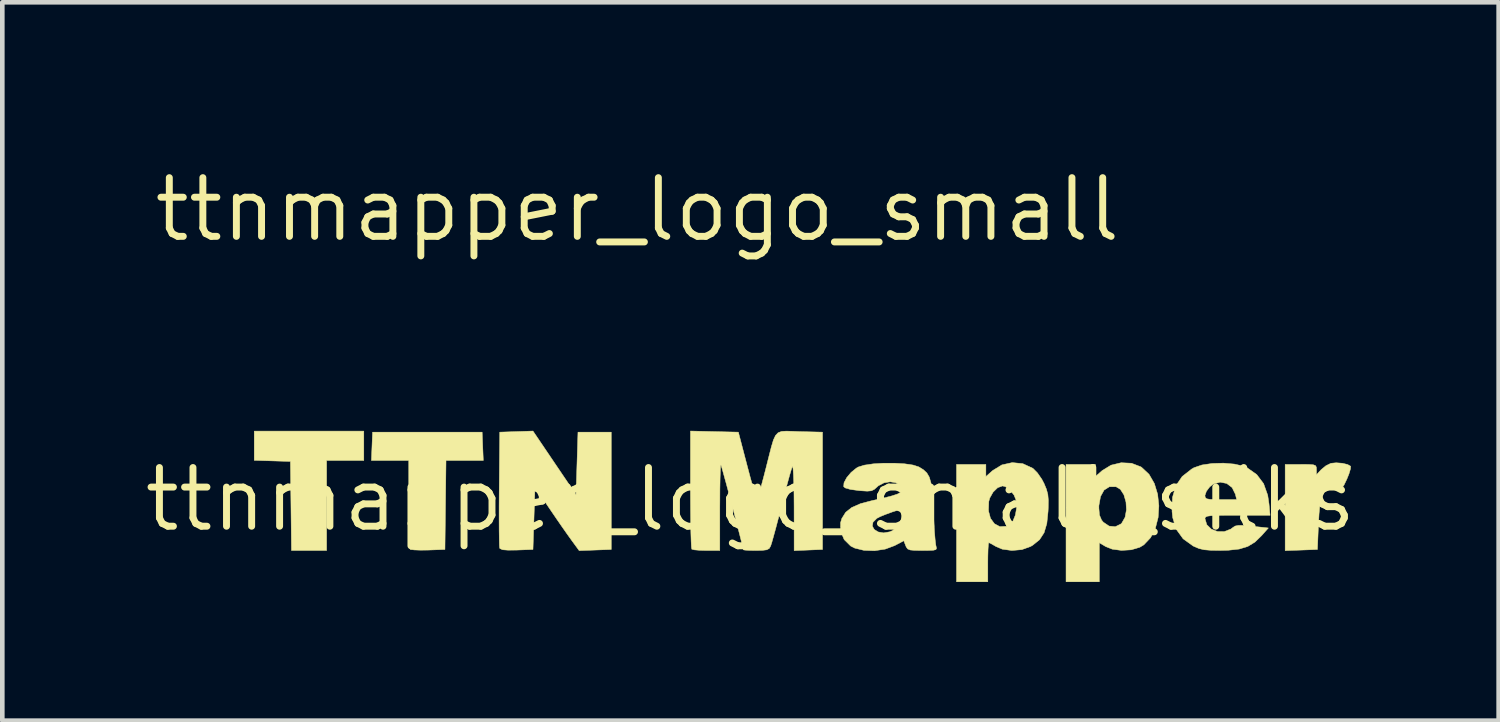
<source format=kicad_pcb>
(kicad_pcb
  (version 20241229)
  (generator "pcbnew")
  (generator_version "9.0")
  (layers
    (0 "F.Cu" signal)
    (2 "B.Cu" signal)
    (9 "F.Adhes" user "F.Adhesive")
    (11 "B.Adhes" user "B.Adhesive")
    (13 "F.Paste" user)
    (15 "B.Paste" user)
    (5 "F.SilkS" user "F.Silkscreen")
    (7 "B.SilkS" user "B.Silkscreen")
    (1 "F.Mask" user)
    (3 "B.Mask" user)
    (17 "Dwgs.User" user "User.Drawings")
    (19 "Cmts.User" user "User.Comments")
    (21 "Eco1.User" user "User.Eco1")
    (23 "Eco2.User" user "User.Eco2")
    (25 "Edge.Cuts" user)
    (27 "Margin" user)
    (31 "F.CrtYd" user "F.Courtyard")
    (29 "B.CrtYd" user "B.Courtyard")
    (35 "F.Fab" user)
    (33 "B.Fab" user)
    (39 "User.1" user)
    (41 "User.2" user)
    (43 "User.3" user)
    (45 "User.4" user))
  (footprint "ttnmapper_logo_small_silks"
    (layer "F.Cu")
    (at 13.191 7.758)
    (property "Reference" "ttnmapper_logo_small_silks" (at 0 0 0) (layer "F.SilkS") (effects (font (size 1.27 1.27) (thickness 0.15))))
    (attr through_hole)
    (fp_poly (pts (xy -8.368 -0.843) (xy -9.173 -0.843) (xy -9.173 1.105) (xy -9.933 1.105) (xy -9.944 0.142) (xy -9.956 -0.822) (xy -10.347 -0.834) (xy -10.739 -0.846) (xy -10.739 -1.478) (xy -8.368 -1.478) (xy -8.368 -0.843)) (stroke (width 0.01) (type solid)) (fill yes) (layer "F.SilkS"))
    (fp_poly (pts (xy -5.795 -1.15) (xy -5.782 -0.843) (xy -6.589 -0.843) (xy -6.612 1.083) (xy -6.973 1.096) (xy -7.141 1.098) (xy -7.275 1.093) (xy -7.354 1.083) (xy -7.365 1.078) (xy -7.374 1.029) (xy -7.381 0.907) (xy -7.387 0.726) (xy -7.392 0.498) (xy -7.394 0.235) (xy -7.395 0.103) (xy -7.395 -0.843) (xy -8.203 -0.843) (xy -8.178 -1.456) (xy -5.807 -1.456) (xy -5.795 -1.15)) (stroke (width 0.01) (type solid)) (fill yes) (layer "F.SilkS"))
    (fp_poly (pts (xy -4.241 -0.791) (xy -3.775 -0.102) (xy -3.754 -0.779) (xy -3.733 -1.456) (xy -3.013 -1.456) (xy -3.013 1.083) (xy -3.707 1.108) (xy -3.871 0.884) (xy -3.96 0.76) (xy -4.08 0.589) (xy -4.216 0.392) (xy -4.35 0.195) (xy -4.664 -0.271) (xy -4.707 1.083) (xy -5.056 1.096) (xy -5.245 1.098) (xy -5.362 1.089) (xy -5.419 1.065) (xy -5.428 1.053) (xy -5.433 0.998) (xy -5.436 0.869) (xy -5.439 0.678) (xy -5.44 0.436) (xy -5.44 0.154) (xy -5.438 -0.157) (xy -5.437 -0.229) (xy -5.426 -1.456) (xy -4.707 -1.48) (xy -4.241 -0.791)) (stroke (width 0.01) (type solid)) (fill yes) (layer "F.SilkS"))
    (fp_poly (pts (xy 12.806 -0.783) (xy 12.921 -0.756) (xy 12.987 -0.719) (xy 12.988 -0.717) (xy 12.984 -0.661) (xy 12.952 -0.554) (xy 12.906 -0.44) (xy 12.843 -0.308) (xy 12.795 -0.241) (xy 12.748 -0.222) (xy 12.712 -0.23) (xy 12.566 -0.24) (xy 12.436 -0.188) (xy 12.367 -0.112) (xy 12.344 -0.031) (xy 12.322 0.118) (xy 12.304 0.316) (xy 12.292 0.533) (xy 12.269 1.083) (xy 11.92 1.096) (xy 11.571 1.108) (xy 11.571 -0.758) (xy 11.909 -0.758) (xy 12.077 -0.757) (xy 12.178 -0.75) (xy 12.228 -0.732) (xy 12.246 -0.697) (xy 12.248 -0.646) (xy 12.248 -0.534) (xy 12.35 -0.644) (xy 12.453 -0.729) (xy 12.559 -0.781) (xy 12.562 -0.782) (xy 12.675 -0.793) (xy 12.806 -0.783)) (stroke (width 0.01) (type solid)) (fill yes) (layer "F.SilkS"))
    (fp_poly (pts (xy 8.246 -0.783) (xy 8.449 -0.705) (xy 8.464 -0.695) (xy 8.624 -0.545) (xy 8.74 -0.345) (xy 8.811 -0.112) (xy 8.838 0.139) (xy 8.822 0.39) (xy 8.762 0.625) (xy 8.659 0.827) (xy 8.514 0.981) (xy 8.425 1.035) (xy 8.24 1.09) (xy 8.029 1.103) (xy 7.828 1.076) (xy 7.687 1.02) (xy 7.549 0.937) (xy 7.549 1.782) (xy 6.829 1.782) (xy 6.829 0.182) (xy 7.539 0.182) (xy 7.552 0.338) (xy 7.598 0.447) (xy 7.636 0.493) (xy 7.761 0.577) (xy 7.895 0.59) (xy 8.016 0.531) (xy 8.035 0.512) (xy 8.107 0.385) (xy 8.136 0.225) (xy 8.126 0.056) (xy 8.081 -0.1) (xy 8.005 -0.218) (xy 7.912 -0.274) (xy 7.767 -0.275) (xy 7.652 -0.202) (xy 7.575 -0.063) (xy 7.54 0.134) (xy 7.539 0.182) (xy 6.829 0.182) (xy 6.829 -0.758) (xy 7.464 -0.758) (xy 7.464 -0.495) (xy 7.612 -0.625) (xy 7.802 -0.741) (xy 8.022 -0.794) (xy 8.246 -0.783)) (stroke (width 0.01) (type solid)) (fill yes) (layer "F.SilkS"))
    (fp_poly (pts (xy 5.893 -0.774) (xy 6.105 -0.676) (xy 6.116 -0.669) (xy 6.21 -0.574) (xy 6.306 -0.435) (xy 6.353 -0.345) (xy 6.405 -0.22) (xy 6.435 -0.108) (xy 6.446 0.019) (xy 6.443 0.193) (xy 6.44 0.258) (xy 6.413 0.521) (xy 6.354 0.72) (xy 6.256 0.871) (xy 6.109 0.99) (xy 6.062 1.018) (xy 5.873 1.086) (xy 5.656 1.105) (xy 5.448 1.076) (xy 5.315 1.02) (xy 5.221 0.965) (xy 5.162 0.937) (xy 5.156 0.935) (xy 5.148 0.975) (xy 5.141 1.081) (xy 5.137 1.236) (xy 5.136 1.359) (xy 5.136 1.782) (xy 4.459 1.782) (xy 4.459 0.245) (xy 5.15 0.245) (xy 5.194 0.409) (xy 5.28 0.527) (xy 5.397 0.589) (xy 5.537 0.581) (xy 5.603 0.554) (xy 5.677 0.474) (xy 5.732 0.339) (xy 5.76 0.18) (xy 5.754 0.031) (xy 5.704 -0.093) (xy 5.616 -0.205) (xy 5.513 -0.278) (xy 5.454 -0.292) (xy 5.35 -0.255) (xy 5.251 -0.159) (xy 5.178 -0.03) (xy 5.157 0.046) (xy 5.15 0.245) (xy 4.459 0.245) (xy 4.459 -0.758) (xy 5.094 -0.758) (xy 5.094 -0.495) (xy 5.241 -0.625) (xy 5.44 -0.747) (xy 5.665 -0.797) (xy 5.893 -0.774)) (stroke (width 0.01) (type solid)) (fill yes) (layer "F.SilkS"))
    (fp_poly (pts (xy 10.471 -0.765) (xy 10.671 -0.719) (xy 10.745 -0.687) (xy 10.956 -0.538) (xy 11.104 -0.342) (xy 11.193 -0.092) (xy 11.221 0.096) (xy 11.244 0.343) (xy 10.539 0.343) (xy 10.279 0.343) (xy 10.092 0.346) (xy 9.966 0.352) (xy 9.889 0.363) (xy 9.85 0.38) (xy 9.837 0.404) (xy 9.836 0.417) (xy 9.875 0.547) (xy 9.972 0.642) (xy 10.105 0.694) (xy 10.253 0.696) (xy 10.394 0.642) (xy 10.438 0.609) (xy 10.488 0.576) (xy 10.561 0.562) (xy 10.676 0.563) (xy 10.854 0.58) (xy 10.859 0.58) (xy 11.207 0.618) (xy 11.061 0.783) (xy 10.917 0.923) (xy 10.762 1.017) (xy 10.576 1.074) (xy 10.338 1.1) (xy 10.17 1.104) (xy 9.965 1.101) (xy 9.819 1.089) (xy 9.707 1.063) (xy 9.605 1.02) (xy 9.577 1.006) (xy 9.363 0.852) (xy 9.217 0.65) (xy 9.138 0.397) (xy 9.123 0.26) (xy 9.133 -0.045) (xy 9.144 -0.083) (xy 9.835 -0.083) (xy 9.842 -0.04) (xy 9.873 -0.014) (xy 9.945 -0.001) (xy 10.076 0.004) (xy 10.178 0.004) (xy 10.522 0.004) (xy 10.494 -0.112) (xy 10.423 -0.257) (xy 10.306 -0.346) (xy 10.164 -0.374) (xy 10.019 -0.334) (xy 9.939 -0.273) (xy 9.867 -0.178) (xy 9.835 -0.087) (xy 9.835 -0.083) (xy 9.144 -0.083) (xy 9.205 -0.294) (xy 9.342 -0.496) (xy 9.547 -0.657) (xy 9.597 -0.686) (xy 9.768 -0.745) (xy 9.99 -0.778) (xy 10.234 -0.785) (xy 10.471 -0.765)) (stroke (width 0.01) (type solid)) (fill yes) (layer "F.SilkS"))
    (fp_poly (pts (xy -0.262 -1.456) (xy -0.071 -0.726) (xy -0.009 -0.492) (xy 0.047 -0.288) (xy 0.094 -0.13) (xy 0.126 -0.028) (xy 0.141 0.004) (xy 0.158 -0.035) (xy 0.191 -0.142) (xy 0.237 -0.304) (xy 0.291 -0.506) (xy 0.326 -0.642) (xy 0.397 -0.924) (xy 0.451 -1.135) (xy 0.496 -1.286) (xy 0.543 -1.386) (xy 0.599 -1.444) (xy 0.674 -1.472) (xy 0.776 -1.478) (xy 0.914 -1.474) (xy 1.061 -1.468) (xy 1.559 -1.456) (xy 1.559 1.083) (xy 0.945 1.108) (xy 0.944 0.165) (xy 0.942 -0.112) (xy 0.937 -0.348) (xy 0.93 -0.534) (xy 0.922 -0.66) (xy 0.912 -0.716) (xy 0.907 -0.716) (xy 0.886 -0.656) (xy 0.848 -0.528) (xy 0.798 -0.346) (xy 0.739 -0.124) (xy 0.676 0.124) (xy 0.674 0.131) (xy 0.61 0.383) (xy 0.55 0.611) (xy 0.498 0.801) (xy 0.459 0.939) (xy 0.436 1.009) (xy 0.436 1.009) (xy 0.406 1.061) (xy 0.353 1.09) (xy 0.258 1.102) (xy 0.12 1.105) (xy -0.02 1.103) (xy -0.119 1.097) (xy -0.156 1.09) (xy -0.166 1.038) (xy -0.194 0.92) (xy -0.237 0.75) (xy -0.29 0.543) (xy -0.35 0.313) (xy -0.413 0.075) (xy -0.475 -0.158) (xy -0.532 -0.37) (xy -0.581 -0.548) (xy -0.617 -0.677) (xy -0.638 -0.743) (xy -0.64 -0.749) (xy -0.647 -0.715) (xy -0.653 -0.609) (xy -0.658 -0.441) (xy -0.662 -0.224) (xy -0.663 0.032) (xy -0.664 0.166) (xy -0.664 1.105) (xy -0.953 1.105) (xy -1.102 1.101) (xy -1.216 1.091) (xy -1.27 1.077) (xy -1.27 1.076) (xy -1.278 1.029) (xy -1.284 0.907) (xy -1.29 0.721) (xy -1.294 0.484) (xy -1.297 0.204) (xy -1.299 -0.107) (xy -1.299 -0.216) (xy -1.299 -1.48) (xy -0.262 -1.456)) (stroke (width 0.01) (type solid)) (fill yes) (layer "F.SilkS"))
    (fp_poly (pts (xy 3.335 -0.771) (xy 3.519 -0.744) (xy 3.643 -0.704) (xy 3.742 -0.643) (xy 3.816 -0.574) (xy 3.869 -0.484) (xy 3.906 -0.358) (xy 3.93 -0.185) (xy 3.948 0.051) (xy 3.957 0.256) (xy 3.969 0.491) (xy 3.982 0.701) (xy 3.996 0.87) (xy 4.009 0.981) (xy 4.015 1.009) (xy 4.026 1.057) (xy 4.012 1.086) (xy 3.955 1.1) (xy 3.841 1.104) (xy 3.722 1.105) (xy 3.557 1.103) (xy 3.457 1.094) (xy 3.401 1.071) (xy 3.371 1.029) (xy 3.358 0.999) (xy 3.318 0.894) (xy 3.12 0.999) (xy 2.916 1.075) (xy 2.685 1.11) (xy 2.456 1.102) (xy 2.256 1.053) (xy 2.168 1.008) (xy 2.028 0.869) (xy 1.953 0.694) (xy 1.95 0.578) (xy 2.637 0.578) (xy 2.679 0.651) (xy 2.765 0.704) (xy 2.881 0.724) (xy 3.014 0.701) (xy 3.075 0.674) (xy 3.206 0.57) (xy 3.266 0.428) (xy 3.272 0.353) (xy 3.27 0.26) (xy 3.264 0.216) (xy 3.263 0.216) (xy 3.188 0.233) (xy 3.066 0.272) (xy 2.929 0.322) (xy 2.808 0.371) (xy 2.736 0.408) (xy 2.651 0.493) (xy 2.637 0.578) (xy 1.95 0.578) (xy 1.949 0.505) (xy 1.977 0.412) (xy 2.06 0.279) (xy 2.191 0.175) (xy 2.382 0.091) (xy 2.634 0.025) (xy 2.884 -0.031) (xy 3.061 -0.077) (xy 3.178 -0.115) (xy 3.244 -0.151) (xy 3.271 -0.188) (xy 3.273 -0.206) (xy 3.238 -0.302) (xy 3.148 -0.361) (xy 3.024 -0.382) (xy 2.889 -0.36) (xy 2.766 -0.295) (xy 2.74 -0.271) (xy 2.678 -0.216) (xy 2.616 -0.187) (xy 2.527 -0.179) (xy 2.386 -0.188) (xy 2.336 -0.193) (xy 2.161 -0.217) (xy 2.05 -0.249) (xy 2.017 -0.277) (xy 2.024 -0.361) (xy 2.083 -0.472) (xy 2.178 -0.585) (xy 2.291 -0.677) (xy 2.332 -0.701) (xy 2.465 -0.742) (xy 2.655 -0.77) (xy 2.879 -0.784) (xy 3.114 -0.784) (xy 3.335 -0.771)) (stroke (width 0.01) (type solid)) (fill yes) (layer "F.SilkS")))
  (footprint "ttnmapper_logo_small"
    (layer "F.Cu")
    (at 10.744 1.485)
    (property "Reference" "ttnmapper_logo_small" (at 0 0 0) (layer "F.SilkS") (effects (font (size 1.27 1.27) (thickness 0.15))))
    (attr through_hole)
    (fp_poly (pts (xy -8.368 -0.843) (xy -9.173 -0.843) (xy -9.173 1.105) (xy -9.933 1.105) (xy -9.944 0.142) (xy -9.956 -0.822) (xy -10.347 -0.834) (xy -10.739 -0.846) (xy -10.739 -1.478) (xy -8.368 -1.478) (xy -8.368 -0.843)) (stroke (width 0.01) (type solid)) (fill yes) (layer "F.Mask"))
    (fp_poly (pts (xy -5.795 -1.15) (xy -5.782 -0.843) (xy -6.589 -0.843) (xy -6.612 1.083) (xy -6.973 1.096) (xy -7.141 1.098) (xy -7.275 1.093) (xy -7.354 1.083) (xy -7.365 1.078) (xy -7.374 1.029) (xy -7.381 0.907) (xy -7.387 0.726) (xy -7.392 0.498) (xy -7.394 0.235) (xy -7.395 0.103) (xy -7.395 -0.843) (xy -8.203 -0.843) (xy -8.178 -1.456) (xy -5.807 -1.456) (xy -5.795 -1.15)) (stroke (width 0.01) (type solid)) (fill yes) (layer "F.Mask"))
    (fp_poly (pts (xy -4.241 -0.791) (xy -3.775 -0.102) (xy -3.754 -0.779) (xy -3.733 -1.456) (xy -3.013 -1.456) (xy -3.013 1.083) (xy -3.707 1.108) (xy -3.871 0.884) (xy -3.96 0.76) (xy -4.08 0.589) (xy -4.216 0.392) (xy -4.35 0.195) (xy -4.664 -0.271) (xy -4.707 1.083) (xy -5.056 1.096) (xy -5.245 1.098) (xy -5.362 1.089) (xy -5.419 1.065) (xy -5.428 1.053) (xy -5.433 0.998) (xy -5.436 0.869) (xy -5.439 0.678) (xy -5.44 0.436) (xy -5.44 0.154) (xy -5.438 -0.157) (xy -5.437 -0.229) (xy -5.426 -1.456) (xy -4.707 -1.48) (xy -4.241 -0.791)) (stroke (width 0.01) (type solid)) (fill yes) (layer "F.Mask"))
    (fp_poly (pts (xy 12.806 -0.783) (xy 12.921 -0.756) (xy 12.987 -0.719) (xy 12.988 -0.717) (xy 12.984 -0.661) (xy 12.952 -0.554) (xy 12.906 -0.44) (xy 12.843 -0.308) (xy 12.795 -0.241) (xy 12.748 -0.222) (xy 12.712 -0.23) (xy 12.566 -0.24) (xy 12.436 -0.188) (xy 12.367 -0.112) (xy 12.344 -0.031) (xy 12.322 0.118) (xy 12.304 0.316) (xy 12.292 0.533) (xy 12.269 1.083) (xy 11.92 1.096) (xy 11.571 1.108) (xy 11.571 -0.758) (xy 11.909 -0.758) (xy 12.077 -0.757) (xy 12.178 -0.75) (xy 12.228 -0.732) (xy 12.246 -0.697) (xy 12.248 -0.646) (xy 12.248 -0.534) (xy 12.35 -0.644) (xy 12.453 -0.729) (xy 12.559 -0.781) (xy 12.562 -0.782) (xy 12.675 -0.793) (xy 12.806 -0.783)) (stroke (width 0.01) (type solid)) (fill yes) (layer "F.Mask"))
    (fp_poly (pts (xy 8.246 -0.783) (xy 8.449 -0.705) (xy 8.464 -0.695) (xy 8.624 -0.545) (xy 8.74 -0.345) (xy 8.811 -0.112) (xy 8.838 0.139) (xy 8.822 0.39) (xy 8.762 0.625) (xy 8.659 0.827) (xy 8.514 0.981) (xy 8.425 1.035) (xy 8.24 1.09) (xy 8.029 1.103) (xy 7.828 1.076) (xy 7.687 1.02) (xy 7.549 0.937) (xy 7.549 1.782) (xy 6.829 1.782) (xy 6.829 0.182) (xy 7.539 0.182) (xy 7.552 0.338) (xy 7.598 0.447) (xy 7.636 0.493) (xy 7.761 0.577) (xy 7.895 0.59) (xy 8.016 0.531) (xy 8.035 0.512) (xy 8.107 0.385) (xy 8.136 0.225) (xy 8.126 0.056) (xy 8.081 -0.1) (xy 8.005 -0.218) (xy 7.912 -0.274) (xy 7.767 -0.275) (xy 7.652 -0.202) (xy 7.575 -0.063) (xy 7.54 0.134) (xy 7.539 0.182) (xy 6.829 0.182) (xy 6.829 -0.758) (xy 7.464 -0.758) (xy 7.464 -0.495) (xy 7.612 -0.625) (xy 7.802 -0.741) (xy 8.022 -0.794) (xy 8.246 -0.783)) (stroke (width 0.01) (type solid)) (fill yes) (layer "F.Mask"))
    (fp_poly (pts (xy 5.893 -0.774) (xy 6.105 -0.676) (xy 6.116 -0.669) (xy 6.21 -0.574) (xy 6.306 -0.435) (xy 6.353 -0.345) (xy 6.405 -0.22) (xy 6.435 -0.108) (xy 6.446 0.019) (xy 6.443 0.193) (xy 6.44 0.258) (xy 6.413 0.521) (xy 6.354 0.72) (xy 6.256 0.871) (xy 6.109 0.99) (xy 6.062 1.018) (xy 5.873 1.086) (xy 5.656 1.105) (xy 5.448 1.076) (xy 5.315 1.02) (xy 5.221 0.965) (xy 5.162 0.937) (xy 5.156 0.935) (xy 5.148 0.975) (xy 5.141 1.081) (xy 5.137 1.236) (xy 5.136 1.359) (xy 5.136 1.782) (xy 4.459 1.782) (xy 4.459 0.245) (xy 5.15 0.245) (xy 5.194 0.409) (xy 5.28 0.527) (xy 5.397 0.589) (xy 5.537 0.581) (xy 5.603 0.554) (xy 5.677 0.474) (xy 5.732 0.339) (xy 5.76 0.18) (xy 5.754 0.031) (xy 5.704 -0.093) (xy 5.616 -0.205) (xy 5.513 -0.278) (xy 5.454 -0.292) (xy 5.35 -0.255) (xy 5.251 -0.159) (xy 5.178 -0.03) (xy 5.157 0.046) (xy 5.15 0.245) (xy 4.459 0.245) (xy 4.459 -0.758) (xy 5.094 -0.758) (xy 5.094 -0.495) (xy 5.241 -0.625) (xy 5.44 -0.747) (xy 5.665 -0.797) (xy 5.893 -0.774)) (stroke (width 0.01) (type solid)) (fill yes) (layer "F.Mask"))
    (fp_poly (pts (xy 10.471 -0.765) (xy 10.671 -0.719) (xy 10.745 -0.687) (xy 10.956 -0.538) (xy 11.104 -0.342) (xy 11.193 -0.092) (xy 11.221 0.096) (xy 11.244 0.343) (xy 10.539 0.343) (xy 10.279 0.343) (xy 10.092 0.346) (xy 9.966 0.352) (xy 9.889 0.363) (xy 9.85 0.38) (xy 9.837 0.404) (xy 9.836 0.417) (xy 9.875 0.547) (xy 9.972 0.642) (xy 10.105 0.694) (xy 10.253 0.696) (xy 10.394 0.642) (xy 10.438 0.609) (xy 10.488 0.576) (xy 10.561 0.562) (xy 10.676 0.563) (xy 10.854 0.58) (xy 10.859 0.58) (xy 11.207 0.618) (xy 11.061 0.783) (xy 10.917 0.923) (xy 10.762 1.017) (xy 10.576 1.074) (xy 10.338 1.1) (xy 10.17 1.104) (xy 9.965 1.101) (xy 9.819 1.089) (xy 9.707 1.063) (xy 9.605 1.02) (xy 9.577 1.006) (xy 9.363 0.852) (xy 9.217 0.65) (xy 9.138 0.397) (xy 9.123 0.26) (xy 9.133 -0.045) (xy 9.144 -0.083) (xy 9.835 -0.083) (xy 9.842 -0.04) (xy 9.873 -0.014) (xy 9.945 -0.001) (xy 10.076 0.004) (xy 10.178 0.004) (xy 10.522 0.004) (xy 10.494 -0.112) (xy 10.423 -0.257) (xy 10.306 -0.346) (xy 10.164 -0.374) (xy 10.019 -0.334) (xy 9.939 -0.273) (xy 9.867 -0.178) (xy 9.835 -0.087) (xy 9.835 -0.083) (xy 9.144 -0.083) (xy 9.205 -0.294) (xy 9.342 -0.496) (xy 9.547 -0.657) (xy 9.597 -0.686) (xy 9.768 -0.745) (xy 9.99 -0.778) (xy 10.234 -0.785) (xy 10.471 -0.765)) (stroke (width 0.01) (type solid)) (fill yes) (layer "F.Mask"))
    (fp_poly (pts (xy -0.262 -1.456) (xy -0.071 -0.726) (xy -0.009 -0.492) (xy 0.047 -0.288) (xy 0.094 -0.13) (xy 0.126 -0.028) (xy 0.141 0.004) (xy 0.158 -0.035) (xy 0.191 -0.142) (xy 0.237 -0.304) (xy 0.291 -0.506) (xy 0.326 -0.642) (xy 0.397 -0.924) (xy 0.451 -1.135) (xy 0.496 -1.286) (xy 0.543 -1.386) (xy 0.599 -1.444) (xy 0.674 -1.472) (xy 0.776 -1.478) (xy 0.914 -1.474) (xy 1.061 -1.468) (xy 1.559 -1.456) (xy 1.559 1.083) (xy 0.945 1.108) (xy 0.944 0.165) (xy 0.942 -0.112) (xy 0.937 -0.348) (xy 0.93 -0.534) (xy 0.922 -0.66) (xy 0.912 -0.716) (xy 0.907 -0.716) (xy 0.886 -0.656) (xy 0.848 -0.528) (xy 0.798 -0.346) (xy 0.739 -0.124) (xy 0.676 0.124) (xy 0.674 0.131) (xy 0.61 0.383) (xy 0.55 0.611) (xy 0.498 0.801) (xy 0.459 0.939) (xy 0.436 1.009) (xy 0.436 1.009) (xy 0.406 1.061) (xy 0.353 1.09) (xy 0.258 1.102) (xy 0.12 1.105) (xy -0.02 1.103) (xy -0.119 1.097) (xy -0.156 1.09) (xy -0.166 1.038) (xy -0.194 0.92) (xy -0.237 0.75) (xy -0.29 0.543) (xy -0.35 0.313) (xy -0.413 0.075) (xy -0.475 -0.158) (xy -0.532 -0.37) (xy -0.581 -0.548) (xy -0.617 -0.677) (xy -0.638 -0.743) (xy -0.64 -0.749) (xy -0.647 -0.715) (xy -0.653 -0.609) (xy -0.658 -0.441) (xy -0.662 -0.224) (xy -0.663 0.032) (xy -0.664 0.166) (xy -0.664 1.105) (xy -0.953 1.105) (xy -1.102 1.101) (xy -1.216 1.091) (xy -1.27 1.077) (xy -1.27 1.076) (xy -1.278 1.029) (xy -1.284 0.907) (xy -1.29 0.721) (xy -1.294 0.484) (xy -1.297 0.204) (xy -1.299 -0.107) (xy -1.299 -0.216) (xy -1.299 -1.48) (xy -0.262 -1.456)) (stroke (width 0.01) (type solid)) (fill yes) (layer "F.Mask"))
    (fp_poly (pts (xy 3.335 -0.771) (xy 3.519 -0.744) (xy 3.643 -0.704) (xy 3.742 -0.643) (xy 3.816 -0.574) (xy 3.869 -0.484) (xy 3.906 -0.358) (xy 3.93 -0.185) (xy 3.948 0.051) (xy 3.957 0.256) (xy 3.969 0.491) (xy 3.982 0.701) (xy 3.996 0.87) (xy 4.009 0.981) (xy 4.015 1.009) (xy 4.026 1.057) (xy 4.012 1.086) (xy 3.955 1.1) (xy 3.841 1.104) (xy 3.722 1.105) (xy 3.557 1.103) (xy 3.457 1.094) (xy 3.401 1.071) (xy 3.371 1.029) (xy 3.358 0.999) (xy 3.318 0.894) (xy 3.12 0.999) (xy 2.916 1.075) (xy 2.685 1.11) (xy 2.456 1.102) (xy 2.256 1.053) (xy 2.168 1.008) (xy 2.028 0.869) (xy 1.953 0.694) (xy 1.95 0.578) (xy 2.637 0.578) (xy 2.679 0.651) (xy 2.765 0.704) (xy 2.881 0.724) (xy 3.014 0.701) (xy 3.075 0.674) (xy 3.206 0.57) (xy 3.266 0.428) (xy 3.272 0.353) (xy 3.27 0.26) (xy 3.264 0.216) (xy 3.263 0.216) (xy 3.188 0.233) (xy 3.066 0.272) (xy 2.929 0.322) (xy 2.808 0.371) (xy 2.736 0.408) (xy 2.651 0.493) (xy 2.637 0.578) (xy 1.95 0.578) (xy 1.949 0.505) (xy 1.977 0.412) (xy 2.06 0.279) (xy 2.191 0.175) (xy 2.382 0.091) (xy 2.634 0.025) (xy 2.884 -0.031) (xy 3.061 -0.077) (xy 3.178 -0.115) (xy 3.244 -0.151) (xy 3.271 -0.188) (xy 3.273 -0.206) (xy 3.238 -0.302) (xy 3.148 -0.361) (xy 3.024 -0.382) (xy 2.889 -0.36) (xy 2.766 -0.295) (xy 2.74 -0.271) (xy 2.678 -0.216) (xy 2.616 -0.187) (xy 2.527 -0.179) (xy 2.386 -0.188) (xy 2.336 -0.193) (xy 2.161 -0.217) (xy 2.05 -0.249) (xy 2.017 -0.277) (xy 2.024 -0.361) (xy 2.083 -0.472) (xy 2.178 -0.585) (xy 2.291 -0.677) (xy 2.332 -0.701) (xy 2.465 -0.742) (xy 2.655 -0.77) (xy 2.879 -0.784) (xy 3.114 -0.784) (xy 3.335 -0.771)) (stroke (width 0.01) (type solid)) (fill yes) (layer "F.Mask")))
  (gr_rect
    (start -3 -3)
    (end 29.382 12.545)
    (stroke (width 0.1) (type default))
    (fill no)
    (layer "Edge.Cuts")))
</source>
